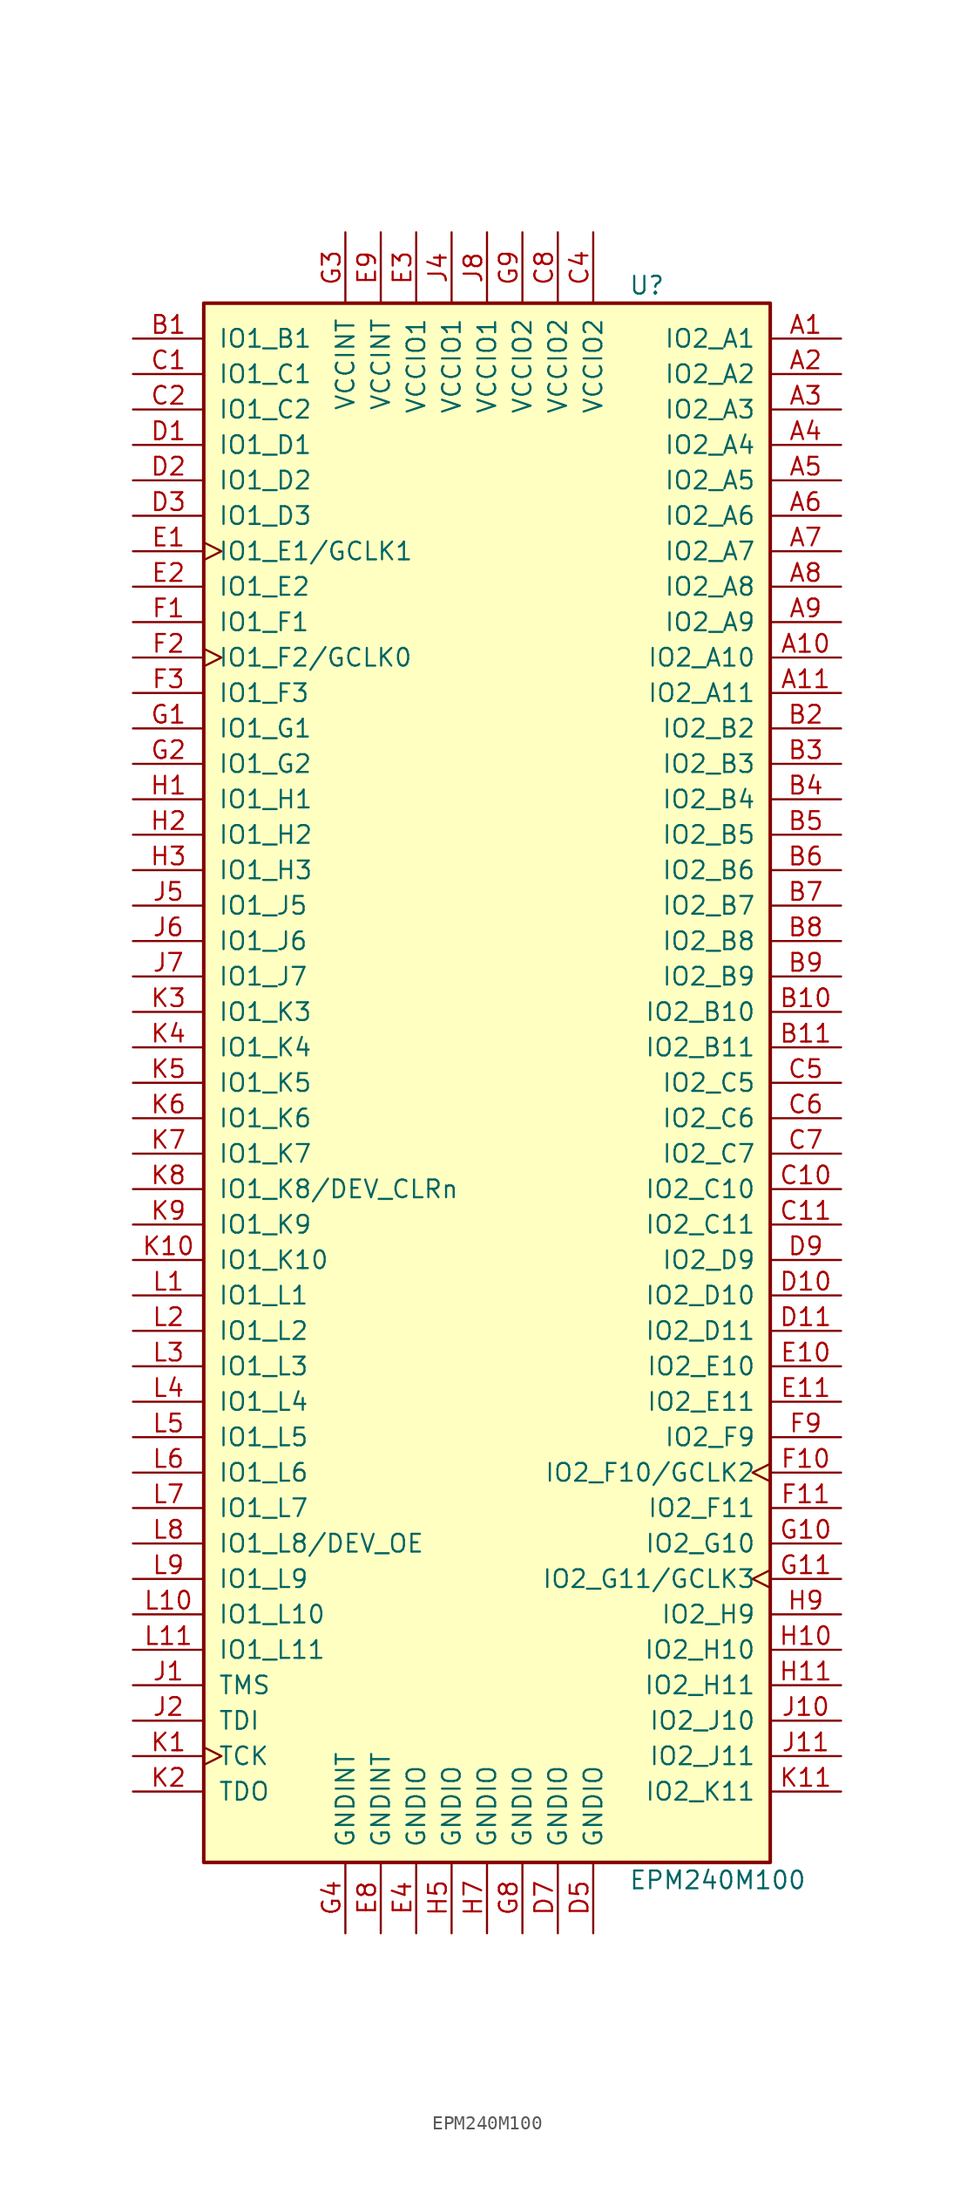
<source format=kicad_sym>
(kicad_symbol_lib
  (version 20201005)
  (generator kicad_symbol_editor)
  (symbol "EPM240M100"
    (pin_names
      (offset 1.016))
    (property "Reference" "U"
      (at 10.16 57.15 0)
      (effects (font (size 1.27 1.27)) (justify left)))
    (property "Value" "EPM240M100"
      (at 10.16 -57.15 0)
      (effects (font (size 1.27 1.27)) (justify left)))
    (property "ki_locked" ""
      (at 0 0 0)
      (effects (font (size 1.27 1.27))))
    (symbol "EPM240M100_1_1"
      (rectangle (start -20.32 55.88) (end 20.32 -55.88) (stroke (width 0.254)) (fill (type background)))
      (pin bidirectional line (at 25.4 53.34 180) (length 5.08) (name "IO2_A1" (effects (font (size 1.27 1.27)))) (number "A1" (effects (font (size 1.27 1.27)))))
      (pin bidirectional line (at 25.4 50.8 180) (length 5.08) (name "IO2_A2" (effects (font (size 1.27 1.27)))) (number "A2" (effects (font (size 1.27 1.27)))))
      (pin bidirectional line (at 25.4 48.26 180) (length 5.08) (name "IO2_A3" (effects (font (size 1.27 1.27)))) (number "A3" (effects (font (size 1.27 1.27)))))
      (pin bidirectional line (at 25.4 45.72 180) (length 5.08) (name "IO2_A4" (effects (font (size 1.27 1.27)))) (number "A4" (effects (font (size 1.27 1.27)))))
      (pin bidirectional line (at 25.4 43.18 180) (length 5.08) (name "IO2_A5" (effects (font (size 1.27 1.27)))) (number "A5" (effects (font (size 1.27 1.27)))))
      (pin bidirectional line (at 25.4 40.64 180) (length 5.08) (name "IO2_A6" (effects (font (size 1.27 1.27)))) (number "A6" (effects (font (size 1.27 1.27)))))
      (pin bidirectional line (at 25.4 38.1 180) (length 5.08) (name "IO2_A7" (effects (font (size 1.27 1.27)))) (number "A7" (effects (font (size 1.27 1.27)))))
      (pin bidirectional line (at 25.4 35.56 180) (length 5.08) (name "IO2_A8" (effects (font (size 1.27 1.27)))) (number "A8" (effects (font (size 1.27 1.27)))))
      (pin bidirectional line (at 25.4 33.02 180) (length 5.08) (name "IO2_A9" (effects (font (size 1.27 1.27)))) (number "A9" (effects (font (size 1.27 1.27)))))
      (pin bidirectional line (at 25.4 30.48 180) (length 5.08) (name "IO2_A10" (effects (font (size 1.27 1.27)))) (number "A10" (effects (font (size 1.27 1.27)))))
      (pin bidirectional line (at 25.4 27.94 180) (length 5.08) (name "IO2_A11" (effects (font (size 1.27 1.27)))) (number "A11" (effects (font (size 1.27 1.27)))))
      (pin bidirectional line (at -25.4 53.34 0) (length 5.08) (name "IO1_B1" (effects (font (size 1.27 1.27)))) (number "B1" (effects (font (size 1.27 1.27)))))
      (pin bidirectional line (at 25.4 25.4 180) (length 5.08) (name "IO2_B2" (effects (font (size 1.27 1.27)))) (number "B2" (effects (font (size 1.27 1.27)))))
      (pin bidirectional line (at 25.4 22.86 180) (length 5.08) (name "IO2_B3" (effects (font (size 1.27 1.27)))) (number "B3" (effects (font (size 1.27 1.27)))))
      (pin bidirectional line (at 25.4 20.32 180) (length 5.08) (name "IO2_B4" (effects (font (size 1.27 1.27)))) (number "B4" (effects (font (size 1.27 1.27)))))
      (pin bidirectional line (at 25.4 17.78 180) (length 5.08) (name "IO2_B5" (effects (font (size 1.27 1.27)))) (number "B5" (effects (font (size 1.27 1.27)))))
      (pin bidirectional line (at 25.4 15.24 180) (length 5.08) (name "IO2_B6" (effects (font (size 1.27 1.27)))) (number "B6" (effects (font (size 1.27 1.27)))))
      (pin bidirectional line (at 25.4 12.7 180) (length 5.08) (name "IO2_B7" (effects (font (size 1.27 1.27)))) (number "B7" (effects (font (size 1.27 1.27)))))
      (pin bidirectional line (at 25.4 10.16 180) (length 5.08) (name "IO2_B8" (effects (font (size 1.27 1.27)))) (number "B8" (effects (font (size 1.27 1.27)))))
      (pin bidirectional line (at 25.4 7.62 180) (length 5.08) (name "IO2_B9" (effects (font (size 1.27 1.27)))) (number "B9" (effects (font (size 1.27 1.27)))))
      (pin bidirectional line (at 25.4 5.08 180) (length 5.08) (name "IO2_B10" (effects (font (size 1.27 1.27)))) (number "B10" (effects (font (size 1.27 1.27)))))
      (pin bidirectional line (at 25.4 2.54 180) (length 5.08) (name "IO2_B11" (effects (font (size 1.27 1.27)))) (number "B11" (effects (font (size 1.27 1.27)))))
      (pin bidirectional line (at -25.4 50.8 0) (length 5.08) (name "IO1_C1" (effects (font (size 1.27 1.27)))) (number "C1" (effects (font (size 1.27 1.27)))))
      (pin bidirectional line (at -25.4 48.26 0) (length 5.08) (name "IO1_C2" (effects (font (size 1.27 1.27)))) (number "C2" (effects (font (size 1.27 1.27)))))
      (pin bidirectional line (at 25.4 0 180) (length 5.08) (name "IO2_C5" (effects (font (size 1.27 1.27)))) (number "C5" (effects (font (size 1.27 1.27)))))
      (pin bidirectional line (at 25.4 -2.54 180) (length 5.08) (name "IO2_C6" (effects (font (size 1.27 1.27)))) (number "C6" (effects (font (size 1.27 1.27)))))
      (pin bidirectional line (at 25.4 -5.08 180) (length 5.08) (name "IO2_C7" (effects (font (size 1.27 1.27)))) (number "C7" (effects (font (size 1.27 1.27)))))
      (pin bidirectional line (at 25.4 -7.62 180) (length 5.08) (name "IO2_C10" (effects (font (size 1.27 1.27)))) (number "C10" (effects (font (size 1.27 1.27)))))
      (pin bidirectional line (at 25.4 -10.16 180) (length 5.08) (name "IO2_C11" (effects (font (size 1.27 1.27)))) (number "C11" (effects (font (size 1.27 1.27)))))
      (pin bidirectional line (at -25.4 45.72 0) (length 5.08) (name "IO1_D1" (effects (font (size 1.27 1.27)))) (number "D1" (effects (font (size 1.27 1.27)))))
      (pin bidirectional line (at -25.4 43.18 0) (length 5.08) (name "IO1_D2" (effects (font (size 1.27 1.27)))) (number "D2" (effects (font (size 1.27 1.27)))))
      (pin bidirectional line (at -25.4 40.64 0) (length 5.08) (name "IO1_D3" (effects (font (size 1.27 1.27)))) (number "D3" (effects (font (size 1.27 1.27)))))
      (pin bidirectional line (at 25.4 -12.7 180) (length 5.08) (name "IO2_D9" (effects (font (size 1.27 1.27)))) (number "D9" (effects (font (size 1.27 1.27)))))
      (pin bidirectional line (at 25.4 -15.24 180) (length 5.08) (name "IO2_D10" (effects (font (size 1.27 1.27)))) (number "D10" (effects (font (size 1.27 1.27)))))
      (pin bidirectional line (at 25.4 -17.78 180) (length 5.08) (name "IO2_D11" (effects (font (size 1.27 1.27)))) (number "D11" (effects (font (size 1.27 1.27)))))
      (pin bidirectional clock (at -25.4 38.1 0) (length 5.08) (name "IO1_E1/GCLK1" (effects (font (size 1.27 1.27)))) (number "E1" (effects (font (size 1.27 1.27)))))
      (pin bidirectional line (at -25.4 35.56 0) (length 5.08) (name "IO1_E2" (effects (font (size 1.27 1.27)))) (number "E2" (effects (font (size 1.27 1.27)))))
      (pin bidirectional line (at 25.4 -20.32 180) (length 5.08) (name "IO2_E10" (effects (font (size 1.27 1.27)))) (number "E10" (effects (font (size 1.27 1.27)))))
      (pin bidirectional line (at 25.4 -22.86 180) (length 5.08) (name "IO2_E11" (effects (font (size 1.27 1.27)))) (number "E11" (effects (font (size 1.27 1.27)))))
      (pin bidirectional line (at -25.4 33.02 0) (length 5.08) (name "IO1_F1" (effects (font (size 1.27 1.27)))) (number "F1" (effects (font (size 1.27 1.27)))))
      (pin bidirectional clock (at -25.4 30.48 0) (length 5.08) (name "IO1_F2/GCLK0" (effects (font (size 1.27 1.27)))) (number "F2" (effects (font (size 1.27 1.27)))))
      (pin bidirectional line (at -25.4 27.94 0) (length 5.08) (name "IO1_F3" (effects (font (size 1.27 1.27)))) (number "F3" (effects (font (size 1.27 1.27)))))
      (pin bidirectional line (at 25.4 -25.4 180) (length 5.08) (name "IO2_F9" (effects (font (size 1.27 1.27)))) (number "F9" (effects (font (size 1.27 1.27)))))
      (pin bidirectional clock (at 25.4 -27.94 180) (length 5.08) (name "IO2_F10/GCLK2" (effects (font (size 1.27 1.27)))) (number "F10" (effects (font (size 1.27 1.27)))))
      (pin bidirectional line (at 25.4 -30.48 180) (length 5.08) (name "IO2_F11" (effects (font (size 1.27 1.27)))) (number "F11" (effects (font (size 1.27 1.27)))))
      (pin bidirectional line (at -25.4 25.4 0) (length 5.08) (name "IO1_G1" (effects (font (size 1.27 1.27)))) (number "G1" (effects (font (size 1.27 1.27)))))
      (pin bidirectional line (at -25.4 22.86 0) (length 5.08) (name "IO1_G2" (effects (font (size 1.27 1.27)))) (number "G2" (effects (font (size 1.27 1.27)))))
      (pin bidirectional line (at 25.4 -33.02 180) (length 5.08) (name "IO2_G10" (effects (font (size 1.27 1.27)))) (number "G10" (effects (font (size 1.27 1.27)))))
      (pin bidirectional clock (at 25.4 -35.56 180) (length 5.08) (name "IO2_G11/GCLK3" (effects (font (size 1.27 1.27)))) (number "G11" (effects (font (size 1.27 1.27)))))
      (pin bidirectional line (at -25.4 20.32 0) (length 5.08) (name "IO1_H1" (effects (font (size 1.27 1.27)))) (number "H1" (effects (font (size 1.27 1.27)))))
      (pin bidirectional line (at -25.4 17.78 0) (length 5.08) (name "IO1_H2" (effects (font (size 1.27 1.27)))) (number "H2" (effects (font (size 1.27 1.27)))))
      (pin bidirectional line (at -25.4 15.24 0) (length 5.08) (name "IO1_H3" (effects (font (size 1.27 1.27)))) (number "H3" (effects (font (size 1.27 1.27)))))
      (pin bidirectional line (at 25.4 -38.1 180) (length 5.08) (name "IO2_H9" (effects (font (size 1.27 1.27)))) (number "H9" (effects (font (size 1.27 1.27)))))
      (pin bidirectional line (at 25.4 -40.64 180) (length 5.08) (name "IO2_H10" (effects (font (size 1.27 1.27)))) (number "H10" (effects (font (size 1.27 1.27)))))
      (pin bidirectional line (at 25.4 -43.18 180) (length 5.08) (name "IO2_H11" (effects (font (size 1.27 1.27)))) (number "H11" (effects (font (size 1.27 1.27)))))
      (pin bidirectional line (at -25.4 12.7 0) (length 5.08) (name "IO1_J5" (effects (font (size 1.27 1.27)))) (number "J5" (effects (font (size 1.27 1.27)))))
      (pin bidirectional line (at -25.4 10.16 0) (length 5.08) (name "IO1_J6" (effects (font (size 1.27 1.27)))) (number "J6" (effects (font (size 1.27 1.27)))))
      (pin bidirectional line (at -25.4 7.62 0) (length 5.08) (name "IO1_J7" (effects (font (size 1.27 1.27)))) (number "J7" (effects (font (size 1.27 1.27)))))
      (pin bidirectional line (at 25.4 -45.72 180) (length 5.08) (name "IO2_J10" (effects (font (size 1.27 1.27)))) (number "J10" (effects (font (size 1.27 1.27)))))
      (pin bidirectional line (at 25.4 -48.26 180) (length 5.08) (name "IO2_J11" (effects (font (size 1.27 1.27)))) (number "J11" (effects (font (size 1.27 1.27)))))
      (pin bidirectional line (at -25.4 5.08 0) (length 5.08) (name "IO1_K3" (effects (font (size 1.27 1.27)))) (number "K3" (effects (font (size 1.27 1.27)))))
      (pin bidirectional line (at -25.4 2.54 0) (length 5.08) (name "IO1_K4" (effects (font (size 1.27 1.27)))) (number "K4" (effects (font (size 1.27 1.27)))))
      (pin bidirectional line (at -25.4 0 0) (length 5.08) (name "IO1_K5" (effects (font (size 1.27 1.27)))) (number "K5" (effects (font (size 1.27 1.27)))))
      (pin bidirectional line (at -25.4 -2.54 0) (length 5.08) (name "IO1_K6" (effects (font (size 1.27 1.27)))) (number "K6" (effects (font (size 1.27 1.27)))))
      (pin bidirectional line (at -25.4 -5.08 0) (length 5.08) (name "IO1_K7" (effects (font (size 1.27 1.27)))) (number "K7" (effects (font (size 1.27 1.27)))))
      (pin bidirectional line (at -25.4 -7.62 0) (length 5.08) (name "IO1_K8/DEV_CLRn" (effects (font (size 1.27 1.27)))) (number "K8" (effects (font (size 1.27 1.27)))))
      (pin bidirectional line (at -25.4 -10.16 0) (length 5.08) (name "IO1_K9" (effects (font (size 1.27 1.27)))) (number "K9" (effects (font (size 1.27 1.27)))))
      (pin bidirectional line (at -25.4 -12.7 0) (length 5.08) (name "IO1_K10" (effects (font (size 1.27 1.27)))) (number "K10" (effects (font (size 1.27 1.27)))))
      (pin bidirectional line (at 25.4 -50.8 180) (length 5.08) (name "IO2_K11" (effects (font (size 1.27 1.27)))) (number "K11" (effects (font (size 1.27 1.27)))))
      (pin bidirectional line (at -25.4 -15.24 0) (length 5.08) (name "IO1_L1" (effects (font (size 1.27 1.27)))) (number "L1" (effects (font (size 1.27 1.27)))))
      (pin bidirectional line (at -25.4 -17.78 0) (length 5.08) (name "IO1_L2" (effects (font (size 1.27 1.27)))) (number "L2" (effects (font (size 1.27 1.27)))))
      (pin bidirectional line (at -25.4 -20.32 0) (length 5.08) (name "IO1_L3" (effects (font (size 1.27 1.27)))) (number "L3" (effects (font (size 1.27 1.27)))))
      (pin bidirectional line (at -25.4 -22.86 0) (length 5.08) (name "IO1_L4" (effects (font (size 1.27 1.27)))) (number "L4" (effects (font (size 1.27 1.27)))))
      (pin bidirectional line (at -25.4 -25.4 0) (length 5.08) (name "IO1_L5" (effects (font (size 1.27 1.27)))) (number "L5" (effects (font (size 1.27 1.27)))))
      (pin bidirectional line (at -25.4 -27.94 0) (length 5.08) (name "IO1_L6" (effects (font (size 1.27 1.27)))) (number "L6" (effects (font (size 1.27 1.27)))))
      (pin bidirectional line (at -25.4 -30.48 0) (length 5.08) (name "IO1_L7" (effects (font (size 1.27 1.27)))) (number "L7" (effects (font (size 1.27 1.27)))))
      (pin bidirectional line (at -25.4 -33.02 0) (length 5.08) (name "IO1_L8/DEV_OE" (effects (font (size 1.27 1.27)))) (number "L8" (effects (font (size 1.27 1.27)))))
      (pin bidirectional line (at -25.4 -35.56 0) (length 5.08) (name "IO1_L9" (effects (font (size 1.27 1.27)))) (number "L9" (effects (font (size 1.27 1.27)))))
      (pin bidirectional line (at -25.4 -38.1 0) (length 5.08) (name "IO1_L10" (effects (font (size 1.27 1.27)))) (number "L10" (effects (font (size 1.27 1.27)))))
      (pin bidirectional line (at -25.4 -40.64 0) (length 5.08) (name "IO1_L11" (effects (font (size 1.27 1.27)))) (number "L11" (effects (font (size 1.27 1.27)))))
      (pin input line (at -25.4 -43.18 0) (length 5.08) (name "TMS" (effects (font (size 1.27 1.27)))) (number "J1" (effects (font (size 1.27 1.27)))))
      (pin input line (at -25.4 -45.72 0) (length 5.08) (name "TDI" (effects (font (size 1.27 1.27)))) (number "J2" (effects (font (size 1.27 1.27)))))
      (pin input clock (at -25.4 -48.26 0) (length 5.08) (name "TCK" (effects (font (size 1.27 1.27)))) (number "K1" (effects (font (size 1.27 1.27)))))
      (pin output line (at -25.4 -50.8 0) (length 5.08) (name "TDO" (effects (font (size 1.27 1.27)))) (number "K2" (effects (font (size 1.27 1.27)))))
      (pin power_in line (at -10.16 -60.96 90) (length 5.08) (name "GNDINT" (effects (font (size 1.27 1.27)))) (number "G4" (effects (font (size 1.27 1.27)))))
      (pin power_in line (at -7.62 -60.96 90) (length 5.08) (name "GNDINT" (effects (font (size 1.27 1.27)))) (number "E8" (effects (font (size 1.27 1.27)))))
      (pin power_in line (at -5.08 -60.96 90) (length 5.08) (name "GNDIO" (effects (font (size 1.27 1.27)))) (number "E4" (effects (font (size 1.27 1.27)))))
      (pin power_in line (at -2.54 -60.96 90) (length 5.08) (name "GNDIO" (effects (font (size 1.27 1.27)))) (number "H5" (effects (font (size 1.27 1.27)))))
      (pin power_in line (at 0 -60.96 90) (length 5.08) (name "GNDIO" (effects (font (size 1.27 1.27)))) (number "H7" (effects (font (size 1.27 1.27)))))
      (pin power_in line (at 2.54 -60.96 90) (length 5.08) (name "GNDIO" (effects (font (size 1.27 1.27)))) (number "G8" (effects (font (size 1.27 1.27)))))
      (pin power_in line (at 5.08 -60.96 90) (length 5.08) (name "GNDIO" (effects (font (size 1.27 1.27)))) (number "D7" (effects (font (size 1.27 1.27)))))
      (pin power_in line (at 7.62 -60.96 90) (length 5.08) (name "GNDIO" (effects (font (size 1.27 1.27)))) (number "D5" (effects (font (size 1.27 1.27)))))
      (pin power_in line (at -10.16 60.96 270) (length 5.08) (name "VCCINT" (effects (font (size 1.27 1.27)))) (number "G3" (effects (font (size 1.27 1.27)))))
      (pin power_in line (at -7.62 60.96 270) (length 5.08) (name "VCCINT" (effects (font (size 1.27 1.27)))) (number "E9" (effects (font (size 1.27 1.27)))))
      (pin power_in line (at -5.08 60.96 270) (length 5.08) (name "VCCIO1" (effects (font (size 1.27 1.27)))) (number "E3" (effects (font (size 1.27 1.27)))))
      (pin power_in line (at -2.54 60.96 270) (length 5.08) (name "VCCIO1" (effects (font (size 1.27 1.27)))) (number "J4" (effects (font (size 1.27 1.27)))))
      (pin power_in line (at 0 60.96 270) (length 5.08) (name "VCCIO1" (effects (font (size 1.27 1.27)))) (number "J8" (effects (font (size 1.27 1.27)))))
      (pin power_in line (at 2.54 60.96 270) (length 5.08) (name "VCCIO2" (effects (font (size 1.27 1.27)))) (number "G9" (effects (font (size 1.27 1.27)))))
      (pin power_in line (at 5.08 60.96 270) (length 5.08) (name "VCCIO2" (effects (font (size 1.27 1.27)))) (number "C8" (effects (font (size 1.27 1.27)))))
      (pin power_in line (at 7.62 60.96 270) (length 5.08) (name "VCCIO2" (effects (font (size 1.27 1.27)))) (number "C4" (effects (font (size 1.27 1.27))))))))
</source>
